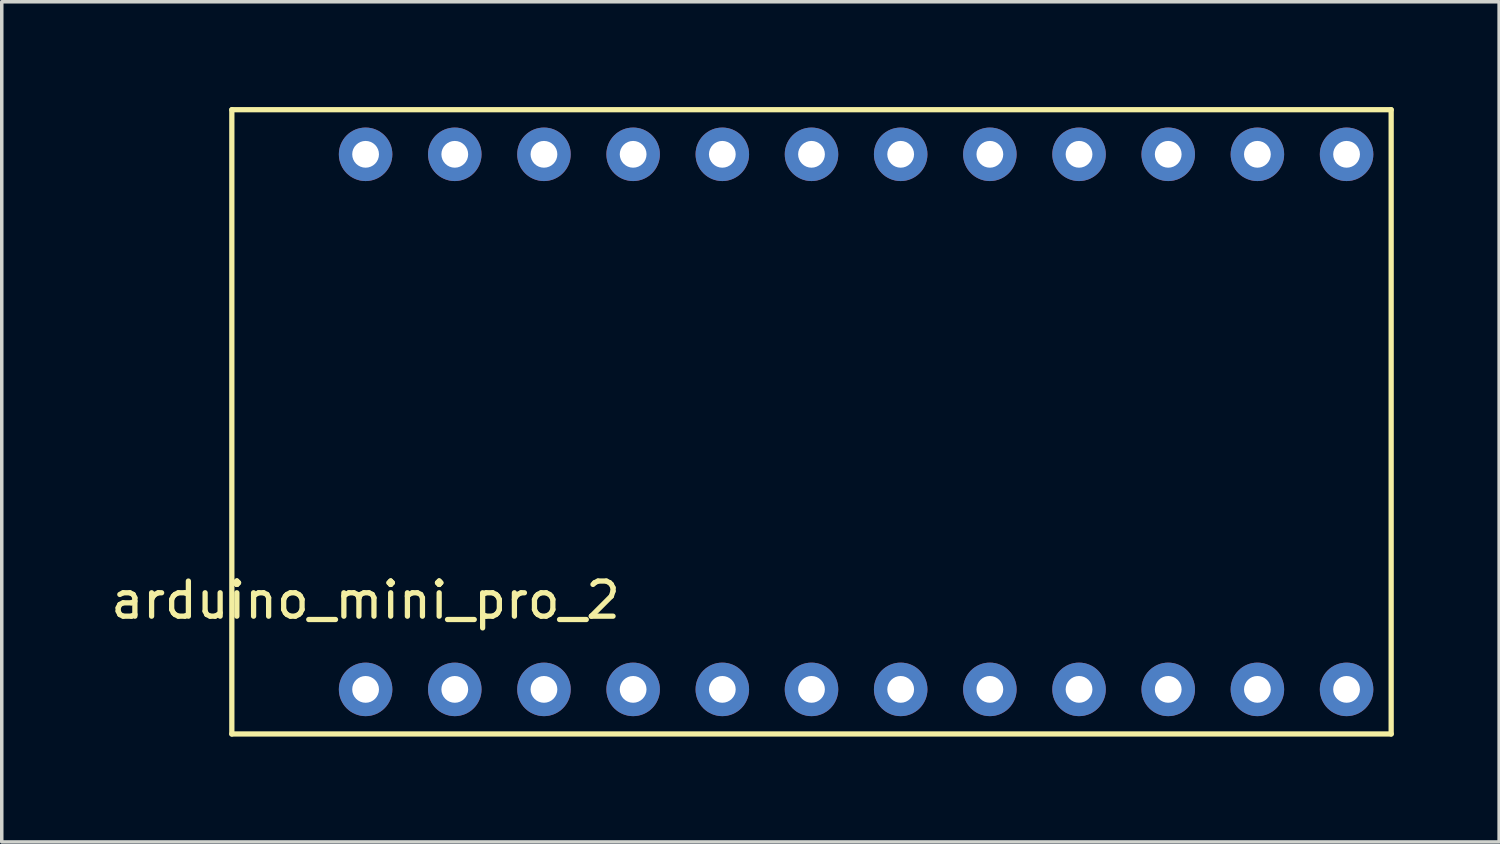
<source format=kicad_pcb>
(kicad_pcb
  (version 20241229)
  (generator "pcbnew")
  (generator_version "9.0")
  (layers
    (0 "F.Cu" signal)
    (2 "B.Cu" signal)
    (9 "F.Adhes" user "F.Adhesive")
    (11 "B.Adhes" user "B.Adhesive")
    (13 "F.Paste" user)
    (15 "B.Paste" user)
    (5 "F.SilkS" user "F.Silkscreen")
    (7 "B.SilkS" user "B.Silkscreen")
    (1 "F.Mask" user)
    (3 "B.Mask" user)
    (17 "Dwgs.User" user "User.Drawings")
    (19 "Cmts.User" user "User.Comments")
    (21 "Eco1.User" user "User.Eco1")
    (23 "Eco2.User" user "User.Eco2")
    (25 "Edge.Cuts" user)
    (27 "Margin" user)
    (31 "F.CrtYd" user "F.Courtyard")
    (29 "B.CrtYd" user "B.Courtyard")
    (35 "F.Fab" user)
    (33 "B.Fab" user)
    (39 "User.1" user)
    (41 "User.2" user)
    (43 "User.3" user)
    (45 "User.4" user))
  (footprint "arduino_mini_pro_2"
    (layer "F.Cu")
    (at 7.363 8.965)
    (property "Reference" "arduino_mini_pro_2" (at 0 5.08 0) (layer "F.SilkS") (effects (font (size 1 1) (thickness 0.15))))
    (attr through_hole)
    (fp_line (start -3.81 -8.89) (end 29.21 -8.89) (stroke (width 0.15) (type solid)) (layer "F.SilkS"))
    (fp_line (start -3.81 8.89) (end -3.81 -8.89) (stroke (width 0.15) (type solid)) (layer "F.SilkS"))
    (fp_line (start 29.21 -8.89) (end 29.21 8.89) (stroke (width 0.15) (type solid)) (layer "F.SilkS"))
    (fp_line (start 29.21 8.89) (end -3.81 8.89) (stroke (width 0.15) (type solid)) (layer "F.SilkS"))
    (pad "1" thru_hole circle (at 0 7.62) (size 1.524 1.524) (drill 0.762) (layers "*.Cu" "*.Mask"))
    (pad "2" thru_hole circle (at 2.54 7.62) (size 1.524 1.524) (drill 0.762) (layers "*.Cu" "*.Mask"))
    (pad "3" thru_hole circle (at 5.08 7.62) (size 1.524 1.524) (drill 0.762) (layers "*.Cu" "*.Mask"))
    (pad "4" thru_hole circle (at 7.62 7.62) (size 1.524 1.524) (drill 0.762) (layers "*.Cu" "*.Mask"))
    (pad "5" thru_hole circle (at 10.16 7.62) (size 1.524 1.524) (drill 0.762) (layers "*.Cu" "*.Mask"))
    (pad "6" thru_hole circle (at 12.7 7.62) (size 1.524 1.524) (drill 0.762) (layers "*.Cu" "*.Mask"))
    (pad "7" thru_hole circle (at 15.24 7.62) (size 1.524 1.524) (drill 0.762) (layers "*.Cu" "*.Mask"))
    (pad "8" thru_hole circle (at 17.78 7.62) (size 1.524 1.524) (drill 0.762) (layers "*.Cu" "*.Mask"))
    (pad "9" thru_hole circle (at 20.32 7.62) (size 1.524 1.524) (drill 0.762) (layers "*.Cu" "*.Mask"))
    (pad "10" thru_hole circle (at 22.86 7.62) (size 1.524 1.524) (drill 0.762) (layers "*.Cu" "*.Mask"))
    (pad "11" thru_hole circle (at 25.4 7.62) (size 1.524 1.524) (drill 0.762) (layers "*.Cu" "*.Mask"))
    (pad "12" thru_hole circle (at 27.94 7.62) (size 1.524 1.524) (drill 0.762) (layers "*.Cu" "*.Mask"))
    (pad "13" thru_hole circle (at 27.94 -7.62) (size 1.524 1.524) (drill 0.762) (layers "*.Cu" "*.Mask"))
    (pad "14" thru_hole circle (at 25.4 -7.62) (size 1.524 1.524) (drill 0.762) (layers "*.Cu" "*.Mask"))
    (pad "15" thru_hole circle (at 22.86 -7.62) (size 1.524 1.524) (drill 0.762) (layers "*.Cu" "*.Mask"))
    (pad "16" thru_hole circle (at 20.32 -7.62) (size 1.524 1.524) (drill 0.762) (layers "*.Cu" "*.Mask"))
    (pad "17" thru_hole circle (at 17.78 -7.62) (size 1.524 1.524) (drill 0.762) (layers "*.Cu" "*.Mask"))
    (pad "18" thru_hole circle (at 15.24 -7.62) (size 1.524 1.524) (drill 0.762) (layers "*.Cu" "*.Mask"))
    (pad "19" thru_hole circle (at 12.7 -7.62) (size 1.524 1.524) (drill 0.762) (layers "*.Cu" "*.Mask"))
    (pad "20" thru_hole circle (at 10.16 -7.62) (size 1.524 1.524) (drill 0.762) (layers "*.Cu" "*.Mask"))
    (pad "21" thru_hole circle (at 7.62 -7.62) (size 1.524 1.524) (drill 0.762) (layers "*.Cu" "*.Mask"))
    (pad "22" thru_hole circle (at 5.08 -7.62) (size 1.524 1.524) (drill 0.762) (layers "*.Cu" "*.Mask"))
    (pad "23" thru_hole circle (at 2.54 -7.62) (size 1.524 1.524) (drill 0.762) (layers "*.Cu" "*.Mask"))
    (pad "24" thru_hole circle (at 0 -7.62) (size 1.524 1.524) (drill 0.762) (layers "*.Cu" "*.Mask")))
  (gr_rect
    (start -3 -3)
    (end 39.648 20.93)
    (stroke (width 0.1) (type default))
    (fill no)
    (layer "Edge.Cuts")))
</source>
